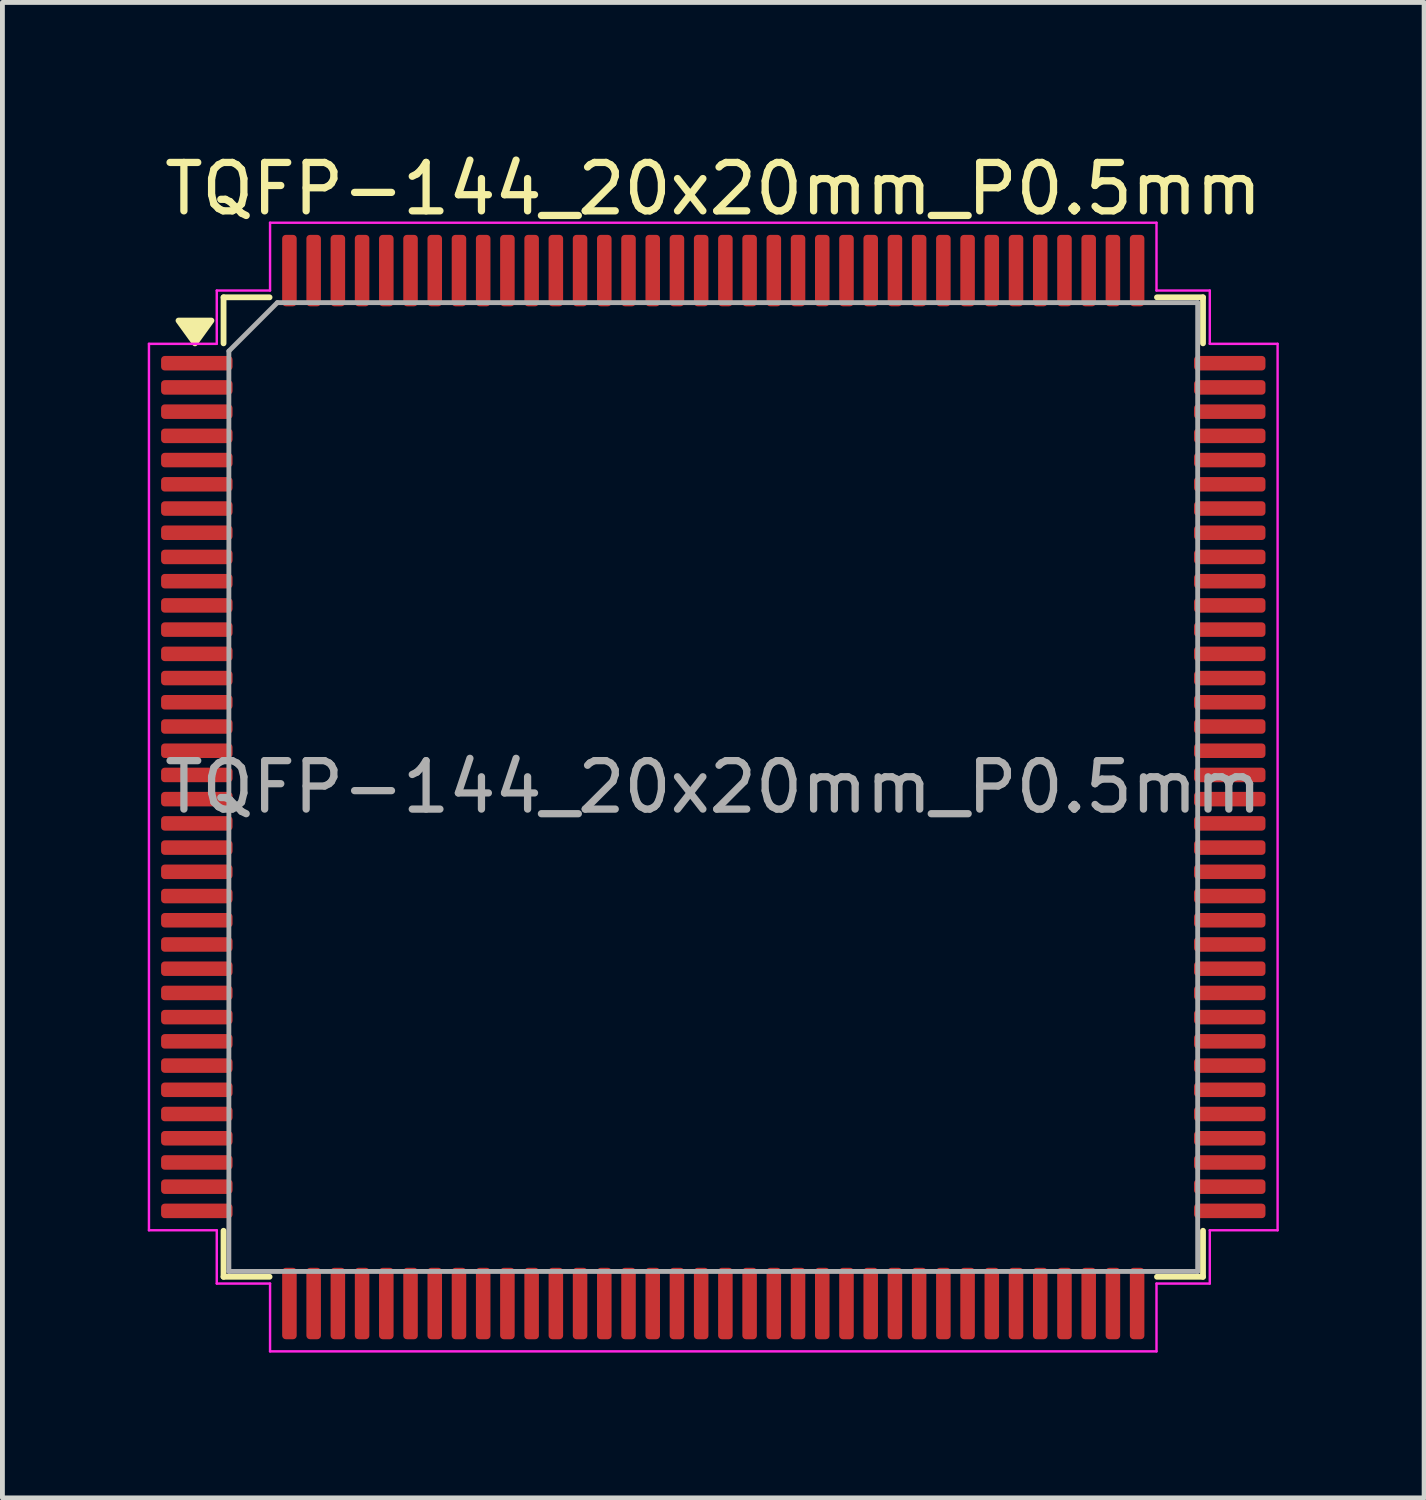
<source format=kicad_pcb>
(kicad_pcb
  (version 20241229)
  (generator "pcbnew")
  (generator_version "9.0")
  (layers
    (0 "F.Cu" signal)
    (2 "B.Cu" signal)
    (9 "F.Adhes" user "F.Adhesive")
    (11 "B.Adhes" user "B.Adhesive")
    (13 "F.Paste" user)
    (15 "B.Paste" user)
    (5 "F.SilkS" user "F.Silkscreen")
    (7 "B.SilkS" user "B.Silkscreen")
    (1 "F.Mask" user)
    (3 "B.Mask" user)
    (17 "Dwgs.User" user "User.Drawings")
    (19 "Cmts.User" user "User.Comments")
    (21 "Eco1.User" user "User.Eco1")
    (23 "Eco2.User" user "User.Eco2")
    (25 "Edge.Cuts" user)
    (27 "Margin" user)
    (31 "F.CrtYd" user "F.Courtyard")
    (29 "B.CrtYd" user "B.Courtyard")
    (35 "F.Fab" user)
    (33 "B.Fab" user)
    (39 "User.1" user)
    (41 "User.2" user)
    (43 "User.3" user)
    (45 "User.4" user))
  (footprint "TQFP-144_20x20mm_P0.5mm"
    (layer "F.Cu")
    (at 11.675 13.198)
    (property "Reference" "TQFP-144_20x20mm_P0.5mm" (at 0 -12.35 0) (layer "F.SilkS") (effects (font (size 1 1) (thickness 0.15))))
    (attr smd)
    (fp_line (start -10.11 -10.11) (end -10.11 -9.16) (stroke (width 0.12) (type solid)) (layer "F.SilkS"))
    (fp_line (start -10.11 10.11) (end -10.11 9.16) (stroke (width 0.12) (type solid)) (layer "F.SilkS"))
    (fp_line (start -9.16 -10.11) (end -10.11 -10.11) (stroke (width 0.12) (type solid)) (layer "F.SilkS"))
    (fp_line (start -9.16 10.11) (end -10.11 10.11) (stroke (width 0.12) (type solid)) (layer "F.SilkS"))
    (fp_line (start 9.16 -10.11) (end 10.11 -10.11) (stroke (width 0.12) (type solid)) (layer "F.SilkS"))
    (fp_line (start 9.16 10.11) (end 10.11 10.11) (stroke (width 0.12) (type solid)) (layer "F.SilkS"))
    (fp_line (start 10.11 -10.11) (end 10.11 -9.16) (stroke (width 0.12) (type solid)) (layer "F.SilkS"))
    (fp_line (start 10.11 10.11) (end 10.11 9.16) (stroke (width 0.12) (type solid)) (layer "F.SilkS"))
    (fp_poly (pts (xy -10.7 -9.16) (xy -11.04 -9.63) (xy -10.36 -9.63)) (stroke (width 0.12) (type solid)) (fill yes) (layer "F.SilkS"))
    (fp_line (start -11.65 -9.15) (end -10.25 -9.15) (stroke (width 0.05) (type solid)) (layer "F.CrtYd"))
    (fp_line (start -11.65 9.15) (end -11.65 -9.15) (stroke (width 0.05) (type solid)) (layer "F.CrtYd"))
    (fp_line (start -10.25 -10.25) (end -9.15 -10.25) (stroke (width 0.05) (type solid)) (layer "F.CrtYd"))
    (fp_line (start -10.25 -9.15) (end -10.25 -10.25) (stroke (width 0.05) (type solid)) (layer "F.CrtYd"))
    (fp_line (start -10.25 9.15) (end -11.65 9.15) (stroke (width 0.05) (type solid)) (layer "F.CrtYd"))
    (fp_line (start -10.25 10.25) (end -10.25 9.15) (stroke (width 0.05) (type solid)) (layer "F.CrtYd"))
    (fp_line (start -9.15 -11.65) (end 9.15 -11.65) (stroke (width 0.05) (type solid)) (layer "F.CrtYd"))
    (fp_line (start -9.15 -10.25) (end -9.15 -11.65) (stroke (width 0.05) (type solid)) (layer "F.CrtYd"))
    (fp_line (start -9.15 10.25) (end -10.25 10.25) (stroke (width 0.05) (type solid)) (layer "F.CrtYd"))
    (fp_line (start -9.15 11.65) (end -9.15 10.25) (stroke (width 0.05) (type solid)) (layer "F.CrtYd"))
    (fp_line (start 9.15 -11.65) (end 9.15 -10.25) (stroke (width 0.05) (type solid)) (layer "F.CrtYd"))
    (fp_line (start 9.15 -10.25) (end 10.25 -10.25) (stroke (width 0.05) (type solid)) (layer "F.CrtYd"))
    (fp_line (start 9.15 10.25) (end 9.15 11.65) (stroke (width 0.05) (type solid)) (layer "F.CrtYd"))
    (fp_line (start 9.15 11.65) (end -9.15 11.65) (stroke (width 0.05) (type solid)) (layer "F.CrtYd"))
    (fp_line (start 10.25 -10.25) (end 10.25 -9.15) (stroke (width 0.05) (type solid)) (layer "F.CrtYd"))
    (fp_line (start 10.25 -9.15) (end 11.65 -9.15) (stroke (width 0.05) (type solid)) (layer "F.CrtYd"))
    (fp_line (start 10.25 9.15) (end 10.25 10.25) (stroke (width 0.05) (type solid)) (layer "F.CrtYd"))
    (fp_line (start 10.25 10.25) (end 9.15 10.25) (stroke (width 0.05) (type solid)) (layer "F.CrtYd"))
    (fp_line (start 11.65 -9.15) (end 11.65 9.15) (stroke (width 0.05) (type solid)) (layer "F.CrtYd"))
    (fp_line (start 11.65 9.15) (end 10.25 9.15) (stroke (width 0.05) (type solid)) (layer "F.CrtYd"))
    (fp_line (start -10 -9) (end -9 -10) (stroke (width 0.1) (type solid)) (layer "F.Fab"))
    (fp_line (start -10 10) (end -10 -9) (stroke (width 0.1) (type solid)) (layer "F.Fab"))
    (fp_line (start -9 -10) (end 10 -10) (stroke (width 0.1) (type solid)) (layer "F.Fab"))
    (fp_line (start 10 -10) (end 10 10) (stroke (width 0.1) (type solid)) (layer "F.Fab"))
    (fp_line (start 10 10) (end -10 10) (stroke (width 0.1) (type solid)) (layer "F.Fab"))
    (fp_text user "${REFERENCE}" (at 0 0 0) (layer "F.Fab") (effects (font (size 1 1) (thickness 0.15))))
    (pad "1" smd roundrect (at -10.662 -8.75) (size 1.475 0.3) (layers "F.Cu" "F.Mask" "F.Paste") (roundrect_rratio 0.25))
    (pad "2" smd roundrect (at -10.662 -8.25) (size 1.475 0.3) (layers "F.Cu" "F.Mask" "F.Paste") (roundrect_rratio 0.25))
    (pad "3" smd roundrect (at -10.662 -7.75) (size 1.475 0.3) (layers "F.Cu" "F.Mask" "F.Paste") (roundrect_rratio 0.25))
    (pad "4" smd roundrect (at -10.662 -7.25) (size 1.475 0.3) (layers "F.Cu" "F.Mask" "F.Paste") (roundrect_rratio 0.25))
    (pad "5" smd roundrect (at -10.662 -6.75) (size 1.475 0.3) (layers "F.Cu" "F.Mask" "F.Paste") (roundrect_rratio 0.25))
    (pad "6" smd roundrect (at -10.662 -6.25) (size 1.475 0.3) (layers "F.Cu" "F.Mask" "F.Paste") (roundrect_rratio 0.25))
    (pad "7" smd roundrect (at -10.662 -5.75) (size 1.475 0.3) (layers "F.Cu" "F.Mask" "F.Paste") (roundrect_rratio 0.25))
    (pad "8" smd roundrect (at -10.662 -5.25) (size 1.475 0.3) (layers "F.Cu" "F.Mask" "F.Paste") (roundrect_rratio 0.25))
    (pad "9" smd roundrect (at -10.662 -4.75) (size 1.475 0.3) (layers "F.Cu" "F.Mask" "F.Paste") (roundrect_rratio 0.25))
    (pad "10" smd roundrect (at -10.662 -4.25) (size 1.475 0.3) (layers "F.Cu" "F.Mask" "F.Paste") (roundrect_rratio 0.25))
    (pad "11" smd roundrect (at -10.662 -3.75) (size 1.475 0.3) (layers "F.Cu" "F.Mask" "F.Paste") (roundrect_rratio 0.25))
    (pad "12" smd roundrect (at -10.662 -3.25) (size 1.475 0.3) (layers "F.Cu" "F.Mask" "F.Paste") (roundrect_rratio 0.25))
    (pad "13" smd roundrect (at -10.662 -2.75) (size 1.475 0.3) (layers "F.Cu" "F.Mask" "F.Paste") (roundrect_rratio 0.25))
    (pad "14" smd roundrect (at -10.662 -2.25) (size 1.475 0.3) (layers "F.Cu" "F.Mask" "F.Paste") (roundrect_rratio 0.25))
    (pad "15" smd roundrect (at -10.662 -1.75) (size 1.475 0.3) (layers "F.Cu" "F.Mask" "F.Paste") (roundrect_rratio 0.25))
    (pad "16" smd roundrect (at -10.662 -1.25) (size 1.475 0.3) (layers "F.Cu" "F.Mask" "F.Paste") (roundrect_rratio 0.25))
    (pad "17" smd roundrect (at -10.662 -0.75) (size 1.475 0.3) (layers "F.Cu" "F.Mask" "F.Paste") (roundrect_rratio 0.25))
    (pad "18" smd roundrect (at -10.662 -0.25) (size 1.475 0.3) (layers "F.Cu" "F.Mask" "F.Paste") (roundrect_rratio 0.25))
    (pad "19" smd roundrect (at -10.662 0.25) (size 1.475 0.3) (layers "F.Cu" "F.Mask" "F.Paste") (roundrect_rratio 0.25))
    (pad "20" smd roundrect (at -10.662 0.75) (size 1.475 0.3) (layers "F.Cu" "F.Mask" "F.Paste") (roundrect_rratio 0.25))
    (pad "21" smd roundrect (at -10.662 1.25) (size 1.475 0.3) (layers "F.Cu" "F.Mask" "F.Paste") (roundrect_rratio 0.25))
    (pad "22" smd roundrect (at -10.662 1.75) (size 1.475 0.3) (layers "F.Cu" "F.Mask" "F.Paste") (roundrect_rratio 0.25))
    (pad "23" smd roundrect (at -10.662 2.25) (size 1.475 0.3) (layers "F.Cu" "F.Mask" "F.Paste") (roundrect_rratio 0.25))
    (pad "24" smd roundrect (at -10.662 2.75) (size 1.475 0.3) (layers "F.Cu" "F.Mask" "F.Paste") (roundrect_rratio 0.25))
    (pad "25" smd roundrect (at -10.662 3.25) (size 1.475 0.3) (layers "F.Cu" "F.Mask" "F.Paste") (roundrect_rratio 0.25))
    (pad "26" smd roundrect (at -10.662 3.75) (size 1.475 0.3) (layers "F.Cu" "F.Mask" "F.Paste") (roundrect_rratio 0.25))
    (pad "27" smd roundrect (at -10.662 4.25) (size 1.475 0.3) (layers "F.Cu" "F.Mask" "F.Paste") (roundrect_rratio 0.25))
    (pad "28" smd roundrect (at -10.662 4.75) (size 1.475 0.3) (layers "F.Cu" "F.Mask" "F.Paste") (roundrect_rratio 0.25))
    (pad "29" smd roundrect (at -10.662 5.25) (size 1.475 0.3) (layers "F.Cu" "F.Mask" "F.Paste") (roundrect_rratio 0.25))
    (pad "30" smd roundrect (at -10.662 5.75) (size 1.475 0.3) (layers "F.Cu" "F.Mask" "F.Paste") (roundrect_rratio 0.25))
    (pad "31" smd roundrect (at -10.662 6.25) (size 1.475 0.3) (layers "F.Cu" "F.Mask" "F.Paste") (roundrect_rratio 0.25))
    (pad "32" smd roundrect (at -10.662 6.75) (size 1.475 0.3) (layers "F.Cu" "F.Mask" "F.Paste") (roundrect_rratio 0.25))
    (pad "33" smd roundrect (at -10.662 7.25) (size 1.475 0.3) (layers "F.Cu" "F.Mask" "F.Paste") (roundrect_rratio 0.25))
    (pad "34" smd roundrect (at -10.662 7.75) (size 1.475 0.3) (layers "F.Cu" "F.Mask" "F.Paste") (roundrect_rratio 0.25))
    (pad "35" smd roundrect (at -10.662 8.25) (size 1.475 0.3) (layers "F.Cu" "F.Mask" "F.Paste") (roundrect_rratio 0.25))
    (pad "36" smd roundrect (at -10.662 8.75) (size 1.475 0.3) (layers "F.Cu" "F.Mask" "F.Paste") (roundrect_rratio 0.25))
    (pad "37" smd roundrect (at -8.75 10.662) (size 0.3 1.475) (layers "F.Cu" "F.Mask" "F.Paste") (roundrect_rratio 0.25))
    (pad "38" smd roundrect (at -8.25 10.662) (size 0.3 1.475) (layers "F.Cu" "F.Mask" "F.Paste") (roundrect_rratio 0.25))
    (pad "39" smd roundrect (at -7.75 10.662) (size 0.3 1.475) (layers "F.Cu" "F.Mask" "F.Paste") (roundrect_rratio 0.25))
    (pad "40" smd roundrect (at -7.25 10.662) (size 0.3 1.475) (layers "F.Cu" "F.Mask" "F.Paste") (roundrect_rratio 0.25))
    (pad "41" smd roundrect (at -6.75 10.662) (size 0.3 1.475) (layers "F.Cu" "F.Mask" "F.Paste") (roundrect_rratio 0.25))
    (pad "42" smd roundrect (at -6.25 10.662) (size 0.3 1.475) (layers "F.Cu" "F.Mask" "F.Paste") (roundrect_rratio 0.25))
    (pad "43" smd roundrect (at -5.75 10.662) (size 0.3 1.475) (layers "F.Cu" "F.Mask" "F.Paste") (roundrect_rratio 0.25))
    (pad "44" smd roundrect (at -5.25 10.662) (size 0.3 1.475) (layers "F.Cu" "F.Mask" "F.Paste") (roundrect_rratio 0.25))
    (pad "45" smd roundrect (at -4.75 10.662) (size 0.3 1.475) (layers "F.Cu" "F.Mask" "F.Paste") (roundrect_rratio 0.25))
    (pad "46" smd roundrect (at -4.25 10.662) (size 0.3 1.475) (layers "F.Cu" "F.Mask" "F.Paste") (roundrect_rratio 0.25))
    (pad "47" smd roundrect (at -3.75 10.662) (size 0.3 1.475) (layers "F.Cu" "F.Mask" "F.Paste") (roundrect_rratio 0.25))
    (pad "48" smd roundrect (at -3.25 10.662) (size 0.3 1.475) (layers "F.Cu" "F.Mask" "F.Paste") (roundrect_rratio 0.25))
    (pad "49" smd roundrect (at -2.75 10.662) (size 0.3 1.475) (layers "F.Cu" "F.Mask" "F.Paste") (roundrect_rratio 0.25))
    (pad "50" smd roundrect (at -2.25 10.662) (size 0.3 1.475) (layers "F.Cu" "F.Mask" "F.Paste") (roundrect_rratio 0.25))
    (pad "51" smd roundrect (at -1.75 10.662) (size 0.3 1.475) (layers "F.Cu" "F.Mask" "F.Paste") (roundrect_rratio 0.25))
    (pad "52" smd roundrect (at -1.25 10.662) (size 0.3 1.475) (layers "F.Cu" "F.Mask" "F.Paste") (roundrect_rratio 0.25))
    (pad "53" smd roundrect (at -0.75 10.662) (size 0.3 1.475) (layers "F.Cu" "F.Mask" "F.Paste") (roundrect_rratio 0.25))
    (pad "54" smd roundrect (at -0.25 10.662) (size 0.3 1.475) (layers "F.Cu" "F.Mask" "F.Paste") (roundrect_rratio 0.25))
    (pad "55" smd roundrect (at 0.25 10.662) (size 0.3 1.475) (layers "F.Cu" "F.Mask" "F.Paste") (roundrect_rratio 0.25))
    (pad "56" smd roundrect (at 0.75 10.662) (size 0.3 1.475) (layers "F.Cu" "F.Mask" "F.Paste") (roundrect_rratio 0.25))
    (pad "57" smd roundrect (at 1.25 10.662) (size 0.3 1.475) (layers "F.Cu" "F.Mask" "F.Paste") (roundrect_rratio 0.25))
    (pad "58" smd roundrect (at 1.75 10.662) (size 0.3 1.475) (layers "F.Cu" "F.Mask" "F.Paste") (roundrect_rratio 0.25))
    (pad "59" smd roundrect (at 2.25 10.662) (size 0.3 1.475) (layers "F.Cu" "F.Mask" "F.Paste") (roundrect_rratio 0.25))
    (pad "60" smd roundrect (at 2.75 10.662) (size 0.3 1.475) (layers "F.Cu" "F.Mask" "F.Paste") (roundrect_rratio 0.25))
    (pad "61" smd roundrect (at 3.25 10.662) (size 0.3 1.475) (layers "F.Cu" "F.Mask" "F.Paste") (roundrect_rratio 0.25))
    (pad "62" smd roundrect (at 3.75 10.662) (size 0.3 1.475) (layers "F.Cu" "F.Mask" "F.Paste") (roundrect_rratio 0.25))
    (pad "63" smd roundrect (at 4.25 10.662) (size 0.3 1.475) (layers "F.Cu" "F.Mask" "F.Paste") (roundrect_rratio 0.25))
    (pad "64" smd roundrect (at 4.75 10.662) (size 0.3 1.475) (layers "F.Cu" "F.Mask" "F.Paste") (roundrect_rratio 0.25))
    (pad "65" smd roundrect (at 5.25 10.662) (size 0.3 1.475) (layers "F.Cu" "F.Mask" "F.Paste") (roundrect_rratio 0.25))
    (pad "66" smd roundrect (at 5.75 10.662) (size 0.3 1.475) (layers "F.Cu" "F.Mask" "F.Paste") (roundrect_rratio 0.25))
    (pad "67" smd roundrect (at 6.25 10.662) (size 0.3 1.475) (layers "F.Cu" "F.Mask" "F.Paste") (roundrect_rratio 0.25))
    (pad "68" smd roundrect (at 6.75 10.662) (size 0.3 1.475) (layers "F.Cu" "F.Mask" "F.Paste") (roundrect_rratio 0.25))
    (pad "69" smd roundrect (at 7.25 10.662) (size 0.3 1.475) (layers "F.Cu" "F.Mask" "F.Paste") (roundrect_rratio 0.25))
    (pad "70" smd roundrect (at 7.75 10.662) (size 0.3 1.475) (layers "F.Cu" "F.Mask" "F.Paste") (roundrect_rratio 0.25))
    (pad "71" smd roundrect (at 8.25 10.662) (size 0.3 1.475) (layers "F.Cu" "F.Mask" "F.Paste") (roundrect_rratio 0.25))
    (pad "72" smd roundrect (at 8.75 10.662) (size 0.3 1.475) (layers "F.Cu" "F.Mask" "F.Paste") (roundrect_rratio 0.25))
    (pad "73" smd roundrect (at 10.662 8.75) (size 1.475 0.3) (layers "F.Cu" "F.Mask" "F.Paste") (roundrect_rratio 0.25))
    (pad "74" smd roundrect (at 10.662 8.25) (size 1.475 0.3) (layers "F.Cu" "F.Mask" "F.Paste") (roundrect_rratio 0.25))
    (pad "75" smd roundrect (at 10.662 7.75) (size 1.475 0.3) (layers "F.Cu" "F.Mask" "F.Paste") (roundrect_rratio 0.25))
    (pad "76" smd roundrect (at 10.662 7.25) (size 1.475 0.3) (layers "F.Cu" "F.Mask" "F.Paste") (roundrect_rratio 0.25))
    (pad "77" smd roundrect (at 10.662 6.75) (size 1.475 0.3) (layers "F.Cu" "F.Mask" "F.Paste") (roundrect_rratio 0.25))
    (pad "78" smd roundrect (at 10.662 6.25) (size 1.475 0.3) (layers "F.Cu" "F.Mask" "F.Paste") (roundrect_rratio 0.25))
    (pad "79" smd roundrect (at 10.662 5.75) (size 1.475 0.3) (layers "F.Cu" "F.Mask" "F.Paste") (roundrect_rratio 0.25))
    (pad "80" smd roundrect (at 10.662 5.25) (size 1.475 0.3) (layers "F.Cu" "F.Mask" "F.Paste") (roundrect_rratio 0.25))
    (pad "81" smd roundrect (at 10.662 4.75) (size 1.475 0.3) (layers "F.Cu" "F.Mask" "F.Paste") (roundrect_rratio 0.25))
    (pad "82" smd roundrect (at 10.662 4.25) (size 1.475 0.3) (layers "F.Cu" "F.Mask" "F.Paste") (roundrect_rratio 0.25))
    (pad "83" smd roundrect (at 10.662 3.75) (size 1.475 0.3) (layers "F.Cu" "F.Mask" "F.Paste") (roundrect_rratio 0.25))
    (pad "84" smd roundrect (at 10.662 3.25) (size 1.475 0.3) (layers "F.Cu" "F.Mask" "F.Paste") (roundrect_rratio 0.25))
    (pad "85" smd roundrect (at 10.662 2.75) (size 1.475 0.3) (layers "F.Cu" "F.Mask" "F.Paste") (roundrect_rratio 0.25))
    (pad "86" smd roundrect (at 10.662 2.25) (size 1.475 0.3) (layers "F.Cu" "F.Mask" "F.Paste") (roundrect_rratio 0.25))
    (pad "87" smd roundrect (at 10.662 1.75) (size 1.475 0.3) (layers "F.Cu" "F.Mask" "F.Paste") (roundrect_rratio 0.25))
    (pad "88" smd roundrect (at 10.662 1.25) (size 1.475 0.3) (layers "F.Cu" "F.Mask" "F.Paste") (roundrect_rratio 0.25))
    (pad "89" smd roundrect (at 10.662 0.75) (size 1.475 0.3) (layers "F.Cu" "F.Mask" "F.Paste") (roundrect_rratio 0.25))
    (pad "90" smd roundrect (at 10.662 0.25) (size 1.475 0.3) (layers "F.Cu" "F.Mask" "F.Paste") (roundrect_rratio 0.25))
    (pad "91" smd roundrect (at 10.662 -0.25) (size 1.475 0.3) (layers "F.Cu" "F.Mask" "F.Paste") (roundrect_rratio 0.25))
    (pad "92" smd roundrect (at 10.662 -0.75) (size 1.475 0.3) (layers "F.Cu" "F.Mask" "F.Paste") (roundrect_rratio 0.25))
    (pad "93" smd roundrect (at 10.662 -1.25) (size 1.475 0.3) (layers "F.Cu" "F.Mask" "F.Paste") (roundrect_rratio 0.25))
    (pad "94" smd roundrect (at 10.662 -1.75) (size 1.475 0.3) (layers "F.Cu" "F.Mask" "F.Paste") (roundrect_rratio 0.25))
    (pad "95" smd roundrect (at 10.662 -2.25) (size 1.475 0.3) (layers "F.Cu" "F.Mask" "F.Paste") (roundrect_rratio 0.25))
    (pad "96" smd roundrect (at 10.662 -2.75) (size 1.475 0.3) (layers "F.Cu" "F.Mask" "F.Paste") (roundrect_rratio 0.25))
    (pad "97" smd roundrect (at 10.662 -3.25) (size 1.475 0.3) (layers "F.Cu" "F.Mask" "F.Paste") (roundrect_rratio 0.25))
    (pad "98" smd roundrect (at 10.662 -3.75) (size 1.475 0.3) (layers "F.Cu" "F.Mask" "F.Paste") (roundrect_rratio 0.25))
    (pad "99" smd roundrect (at 10.662 -4.25) (size 1.475 0.3) (layers "F.Cu" "F.Mask" "F.Paste") (roundrect_rratio 0.25))
    (pad "100" smd roundrect (at 10.662 -4.75) (size 1.475 0.3) (layers "F.Cu" "F.Mask" "F.Paste") (roundrect_rratio 0.25))
    (pad "101" smd roundrect (at 10.662 -5.25) (size 1.475 0.3) (layers "F.Cu" "F.Mask" "F.Paste") (roundrect_rratio 0.25))
    (pad "102" smd roundrect (at 10.662 -5.75) (size 1.475 0.3) (layers "F.Cu" "F.Mask" "F.Paste") (roundrect_rratio 0.25))
    (pad "103" smd roundrect (at 10.662 -6.25) (size 1.475 0.3) (layers "F.Cu" "F.Mask" "F.Paste") (roundrect_rratio 0.25))
    (pad "104" smd roundrect (at 10.662 -6.75) (size 1.475 0.3) (layers "F.Cu" "F.Mask" "F.Paste") (roundrect_rratio 0.25))
    (pad "105" smd roundrect (at 10.662 -7.25) (size 1.475 0.3) (layers "F.Cu" "F.Mask" "F.Paste") (roundrect_rratio 0.25))
    (pad "106" smd roundrect (at 10.662 -7.75) (size 1.475 0.3) (layers "F.Cu" "F.Mask" "F.Paste") (roundrect_rratio 0.25))
    (pad "107" smd roundrect (at 10.662 -8.25) (size 1.475 0.3) (layers "F.Cu" "F.Mask" "F.Paste") (roundrect_rratio 0.25))
    (pad "108" smd roundrect (at 10.662 -8.75) (size 1.475 0.3) (layers "F.Cu" "F.Mask" "F.Paste") (roundrect_rratio 0.25))
    (pad "109" smd roundrect (at 8.75 -10.662) (size 0.3 1.475) (layers "F.Cu" "F.Mask" "F.Paste") (roundrect_rratio 0.25))
    (pad "110" smd roundrect (at 8.25 -10.662) (size 0.3 1.475) (layers "F.Cu" "F.Mask" "F.Paste") (roundrect_rratio 0.25))
    (pad "111" smd roundrect (at 7.75 -10.662) (size 0.3 1.475) (layers "F.Cu" "F.Mask" "F.Paste") (roundrect_rratio 0.25))
    (pad "112" smd roundrect (at 7.25 -10.662) (size 0.3 1.475) (layers "F.Cu" "F.Mask" "F.Paste") (roundrect_rratio 0.25))
    (pad "113" smd roundrect (at 6.75 -10.662) (size 0.3 1.475) (layers "F.Cu" "F.Mask" "F.Paste") (roundrect_rratio 0.25))
    (pad "114" smd roundrect (at 6.25 -10.662) (size 0.3 1.475) (layers "F.Cu" "F.Mask" "F.Paste") (roundrect_rratio 0.25))
    (pad "115" smd roundrect (at 5.75 -10.662) (size 0.3 1.475) (layers "F.Cu" "F.Mask" "F.Paste") (roundrect_rratio 0.25))
    (pad "116" smd roundrect (at 5.25 -10.662) (size 0.3 1.475) (layers "F.Cu" "F.Mask" "F.Paste") (roundrect_rratio 0.25))
    (pad "117" smd roundrect (at 4.75 -10.662) (size 0.3 1.475) (layers "F.Cu" "F.Mask" "F.Paste") (roundrect_rratio 0.25))
    (pad "118" smd roundrect (at 4.25 -10.662) (size 0.3 1.475) (layers "F.Cu" "F.Mask" "F.Paste") (roundrect_rratio 0.25))
    (pad "119" smd roundrect (at 3.75 -10.662) (size 0.3 1.475) (layers "F.Cu" "F.Mask" "F.Paste") (roundrect_rratio 0.25))
    (pad "120" smd roundrect (at 3.25 -10.662) (size 0.3 1.475) (layers "F.Cu" "F.Mask" "F.Paste") (roundrect_rratio 0.25))
    (pad "121" smd roundrect (at 2.75 -10.662) (size 0.3 1.475) (layers "F.Cu" "F.Mask" "F.Paste") (roundrect_rratio 0.25))
    (pad "122" smd roundrect (at 2.25 -10.662) (size 0.3 1.475) (layers "F.Cu" "F.Mask" "F.Paste") (roundrect_rratio 0.25))
    (pad "123" smd roundrect (at 1.75 -10.662) (size 0.3 1.475) (layers "F.Cu" "F.Mask" "F.Paste") (roundrect_rratio 0.25))
    (pad "124" smd roundrect (at 1.25 -10.662) (size 0.3 1.475) (layers "F.Cu" "F.Mask" "F.Paste") (roundrect_rratio 0.25))
    (pad "125" smd roundrect (at 0.75 -10.662) (size 0.3 1.475) (layers "F.Cu" "F.Mask" "F.Paste") (roundrect_rratio 0.25))
    (pad "126" smd roundrect (at 0.25 -10.662) (size 0.3 1.475) (layers "F.Cu" "F.Mask" "F.Paste") (roundrect_rratio 0.25))
    (pad "127" smd roundrect (at -0.25 -10.662) (size 0.3 1.475) (layers "F.Cu" "F.Mask" "F.Paste") (roundrect_rratio 0.25))
    (pad "128" smd roundrect (at -0.75 -10.662) (size 0.3 1.475) (layers "F.Cu" "F.Mask" "F.Paste") (roundrect_rratio 0.25))
    (pad "129" smd roundrect (at -1.25 -10.662) (size 0.3 1.475) (layers "F.Cu" "F.Mask" "F.Paste") (roundrect_rratio 0.25))
    (pad "130" smd roundrect (at -1.75 -10.662) (size 0.3 1.475) (layers "F.Cu" "F.Mask" "F.Paste") (roundrect_rratio 0.25))
    (pad "131" smd roundrect (at -2.25 -10.662) (size 0.3 1.475) (layers "F.Cu" "F.Mask" "F.Paste") (roundrect_rratio 0.25))
    (pad "132" smd roundrect (at -2.75 -10.662) (size 0.3 1.475) (layers "F.Cu" "F.Mask" "F.Paste") (roundrect_rratio 0.25))
    (pad "133" smd roundrect (at -3.25 -10.662) (size 0.3 1.475) (layers "F.Cu" "F.Mask" "F.Paste") (roundrect_rratio 0.25))
    (pad "134" smd roundrect (at -3.75 -10.662) (size 0.3 1.475) (layers "F.Cu" "F.Mask" "F.Paste") (roundrect_rratio 0.25))
    (pad "135" smd roundrect (at -4.25 -10.662) (size 0.3 1.475) (layers "F.Cu" "F.Mask" "F.Paste") (roundrect_rratio 0.25))
    (pad "136" smd roundrect (at -4.75 -10.662) (size 0.3 1.475) (layers "F.Cu" "F.Mask" "F.Paste") (roundrect_rratio 0.25))
    (pad "137" smd roundrect (at -5.25 -10.662) (size 0.3 1.475) (layers "F.Cu" "F.Mask" "F.Paste") (roundrect_rratio 0.25))
    (pad "138" smd roundrect (at -5.75 -10.662) (size 0.3 1.475) (layers "F.Cu" "F.Mask" "F.Paste") (roundrect_rratio 0.25))
    (pad "139" smd roundrect (at -6.25 -10.662) (size 0.3 1.475) (layers "F.Cu" "F.Mask" "F.Paste") (roundrect_rratio 0.25))
    (pad "140" smd roundrect (at -6.75 -10.662) (size 0.3 1.475) (layers "F.Cu" "F.Mask" "F.Paste") (roundrect_rratio 0.25))
    (pad "141" smd roundrect (at -7.25 -10.662) (size 0.3 1.475) (layers "F.Cu" "F.Mask" "F.Paste") (roundrect_rratio 0.25))
    (pad "142" smd roundrect (at -7.75 -10.662) (size 0.3 1.475) (layers "F.Cu" "F.Mask" "F.Paste") (roundrect_rratio 0.25))
    (pad "143" smd roundrect (at -8.25 -10.662) (size 0.3 1.475) (layers "F.Cu" "F.Mask" "F.Paste") (roundrect_rratio 0.25))
    (pad "144" smd roundrect (at -8.75 -10.662) (size 0.3 1.475) (layers "F.Cu" "F.Mask" "F.Paste") (roundrect_rratio 0.25)))
  (gr_rect
    (start -3 -3)
    (end 26.35 27.873)
    (stroke (width 0.1) (type default))
    (fill no)
    (layer "Edge.Cuts")))
</source>
